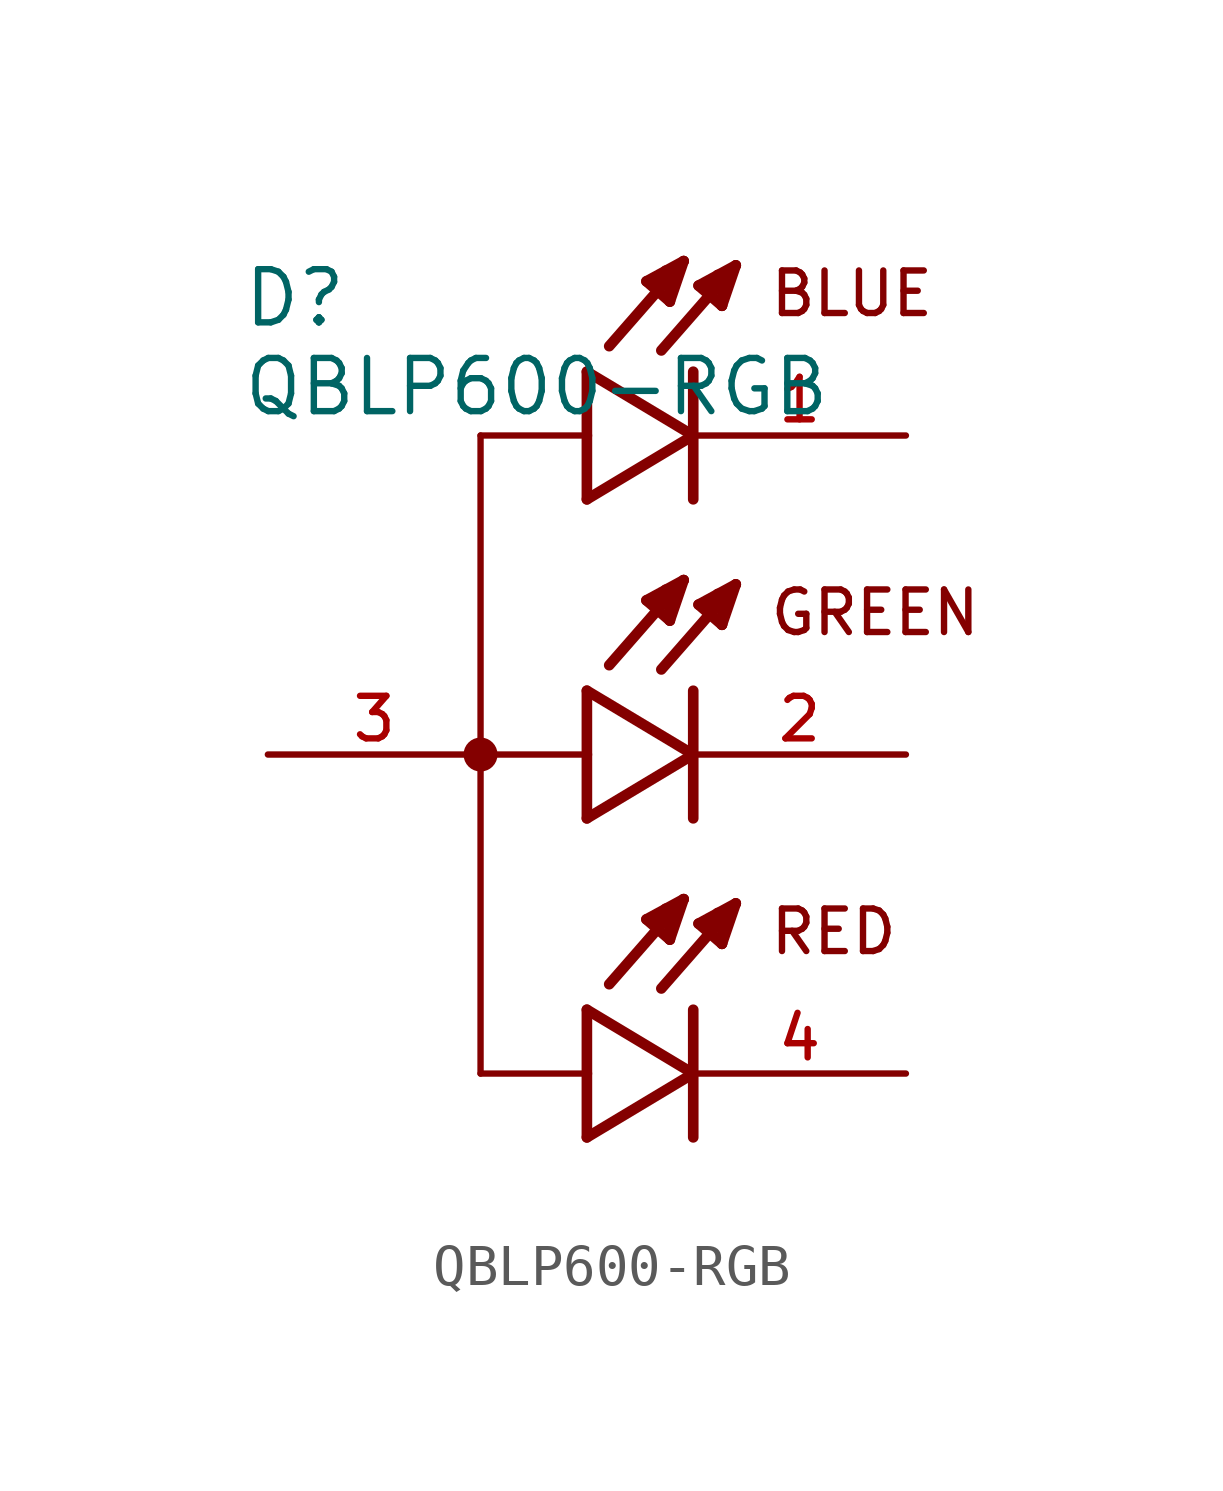
<source format=kicad_sym>
(kicad_symbol_lib
  (version 20211014)
  (generator kicad_symbol_editor)
  (symbol "QBLP600-RGB"
    (pin_names
      (offset 1.016))
    (property "Reference" "D"
      (at -8.255 10.16 0)
      (effects (font (size 1.27 1.27)) (justify bottom left)))
    (property "Value" "QBLP600-RGB"
      (at -8.255 9.525 0)
      (effects (font (size 1.27 1.27)) (justify top left)))
    (symbol "QBLP600-RGB_0_0"
      (polyline (pts (xy 0.0 9.144) (xy 0.0 7.62)) (stroke (width 0.254)))
      (polyline (pts (xy 0.0 7.62) (xy 0.0 6.096)) (stroke (width 0.254)))
      (polyline (pts (xy 0.0 6.096) (xy 2.54 7.62)) (stroke (width 0.254)))
      (polyline (pts (xy 2.54 7.62) (xy 0.0 9.144)) (stroke (width 0.254)))
      (polyline (pts (xy 2.54 9.144) (xy 2.54 6.096)) (stroke (width 0.254)))
      (polyline (pts (xy 3.556 11.684) (xy 1.778 9.652)) (stroke (width 0.254)))
      (polyline (pts (xy 3.226 10.719) (xy 2.667 11.201)) (stroke (width 0.254)))
      (polyline (pts (xy 2.667 11.201) (xy 3.556 11.684)) (stroke (width 0.254)))
      (polyline (pts (xy 3.556 11.684) (xy 3.226 10.719)) (stroke (width 0.254)))
      (polyline (pts (xy 3.226 10.719) (xy 3.251 11.455)) (stroke (width 0.254)))
      (polyline (pts (xy 3.251 11.455) (xy 3.124 11.455)) (stroke (width 0.254)))
      (polyline (pts (xy 2.845 11.125) (xy 3.073 11.278)) (stroke (width 0.254)))
      (polyline (pts (xy 2.311 11.786) (xy 0.533 9.754)) (stroke (width 0.254)))
      (polyline (pts (xy 1.981 10.82) (xy 1.422 11.303)) (stroke (width 0.254)))
      (polyline (pts (xy 1.422 11.303) (xy 2.311 11.786)) (stroke (width 0.254)))
      (polyline (pts (xy 2.311 11.786) (xy 1.981 10.82)) (stroke (width 0.254)))
      (polyline (pts (xy 1.981 10.82) (xy 2.007 11.557)) (stroke (width 0.254)))
      (polyline (pts (xy 2.007 11.557) (xy 1.88 11.557)) (stroke (width 0.254)))
      (polyline (pts (xy 1.6 11.227) (xy 1.829 11.379)) (stroke (width 0.254)))
      (polyline (pts (xy 0.0 1.524) (xy 0.0 0.0)) (stroke (width 0.254)))
      (polyline (pts (xy 0.0 0.0) (xy 0.0 -1.524)) (stroke (width 0.254)))
      (polyline (pts (xy 0.0 -1.524) (xy 2.54 0.0)) (stroke (width 0.254)))
      (polyline (pts (xy 2.54 0.0) (xy 0.0 1.524)) (stroke (width 0.254)))
      (polyline (pts (xy 2.54 1.524) (xy 2.54 -1.524)) (stroke (width 0.254)))
      (polyline (pts (xy 3.556 4.064) (xy 1.778 2.032)) (stroke (width 0.254)))
      (polyline (pts (xy 3.226 3.099) (xy 2.667 3.581)) (stroke (width 0.254)))
      (polyline (pts (xy 2.667 3.581) (xy 3.556 4.064)) (stroke (width 0.254)))
      (polyline (pts (xy 3.556 4.064) (xy 3.226 3.099)) (stroke (width 0.254)))
      (polyline (pts (xy 3.226 3.099) (xy 3.251 3.835)) (stroke (width 0.254)))
      (polyline (pts (xy 3.251 3.835) (xy 3.124 3.835)) (stroke (width 0.254)))
      (polyline (pts (xy 2.845 3.505) (xy 3.073 3.658)) (stroke (width 0.254)))
      (polyline (pts (xy 2.311 4.166) (xy 0.533 2.134)) (stroke (width 0.254)))
      (polyline (pts (xy 1.981 3.2) (xy 1.422 3.683)) (stroke (width 0.254)))
      (polyline (pts (xy 1.422 3.683) (xy 2.311 4.166)) (stroke (width 0.254)))
      (polyline (pts (xy 2.311 4.166) (xy 1.981 3.2)) (stroke (width 0.254)))
      (polyline (pts (xy 1.981 3.2) (xy 2.007 3.937)) (stroke (width 0.254)))
      (polyline (pts (xy 2.007 3.937) (xy 1.88 3.937)) (stroke (width 0.254)))
      (polyline (pts (xy 1.6 3.607) (xy 1.829 3.759)) (stroke (width 0.254)))
      (polyline (pts (xy 0.0 -6.096) (xy 0.0 -7.62)) (stroke (width 0.254)))
      (polyline (pts (xy 0.0 -7.62) (xy 0.0 -9.144)) (stroke (width 0.254)))
      (polyline (pts (xy 0.0 -9.144) (xy 2.54 -7.62)) (stroke (width 0.254)))
      (polyline (pts (xy 2.54 -7.62) (xy 0.0 -6.096)) (stroke (width 0.254)))
      (polyline (pts (xy 2.54 -6.096) (xy 2.54 -9.144)) (stroke (width 0.254)))
      (polyline (pts (xy 3.556 -3.556) (xy 1.778 -5.588)) (stroke (width 0.254)))
      (polyline (pts (xy 3.226 -4.521) (xy 2.667 -4.039)) (stroke (width 0.254)))
      (polyline (pts (xy 2.667 -4.039) (xy 3.556 -3.556)) (stroke (width 0.254)))
      (polyline (pts (xy 3.556 -3.556) (xy 3.226 -4.521)) (stroke (width 0.254)))
      (polyline (pts (xy 3.226 -4.521) (xy 3.251 -3.785)) (stroke (width 0.254)))
      (polyline (pts (xy 3.251 -3.785) (xy 3.124 -3.785)) (stroke (width 0.254)))
      (polyline (pts (xy 2.845 -4.115) (xy 3.073 -3.962)) (stroke (width 0.254)))
      (polyline (pts (xy 2.311 -3.454) (xy 0.533 -5.486)) (stroke (width 0.254)))
      (polyline (pts (xy 1.981 -4.42) (xy 1.422 -3.937)) (stroke (width 0.254)))
      (polyline (pts (xy 1.422 -3.937) (xy 2.311 -3.454)) (stroke (width 0.254)))
      (polyline (pts (xy 2.311 -3.454) (xy 1.981 -4.42)) (stroke (width 0.254)))
      (polyline (pts (xy 1.981 -4.42) (xy 2.007 -3.683)) (stroke (width 0.254)))
      (polyline (pts (xy 2.007 -3.683) (xy 1.88 -3.683)) (stroke (width 0.254)))
      (polyline (pts (xy 1.6 -4.013) (xy 1.829 -3.861)) (stroke (width 0.254)))
      (polyline (pts (xy 0.0 7.62) (xy -2.54 7.62)) (stroke (width 0.152)))
      (polyline (pts (xy -2.54 7.62) (xy -2.54 0.0)) (stroke (width 0.152)))
      (polyline (pts (xy -2.54 0.0) (xy -2.54 -7.62)) (stroke (width 0.152)))
      (polyline (pts (xy -2.54 -7.62) (xy 0.0 -7.62)) (stroke (width 0.152)))
      (polyline (pts (xy 0.0 0.0) (xy -2.54 0.0)) (stroke (width 0.152)))
      (circle (center -2.54 0.0) (radius 0.203) (stroke (width 0.406)) (fill (type none)))
      (text "RED" (at 4.318 -4.826 0) (effects (font (size 1.016 1.016)) (justify bottom left)))
      (text "GREEN" (at 4.318 2.794 0) (effects (font (size 1.016 1.016)) (justify bottom left)))
      (text "BLUE" (at 4.318 10.414 0) (effects (font (size 1.016 1.016)) (justify bottom left)))
      (pin passive line (at 7.62 -7.62 180.0) (length 5.08) (name "~" (effects (font (size 1.016 1.016)))) (number "4" (effects (font (size 1.016 1.016)))))
      (pin passive line (at -7.62 0.0 0) (length 5.08) (name "~" (effects (font (size 1.016 1.016)))) (number "3" (effects (font (size 1.016 1.016)))))
      (pin passive line (at 7.62 0.0 180.0) (length 5.08) (name "~" (effects (font (size 1.016 1.016)))) (number "2" (effects (font (size 1.016 1.016)))))
      (pin passive line (at 7.62 7.62 180.0) (length 5.08) (name "~" (effects (font (size 1.016 1.016)))) (number "1" (effects (font (size 1.016 1.016))))))))
</source>
